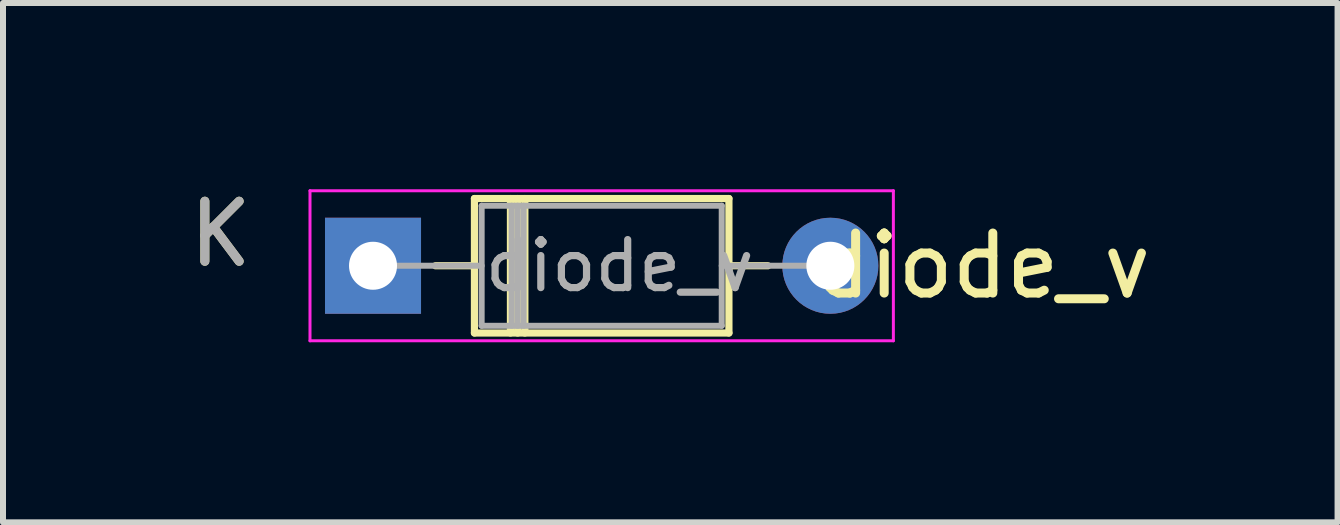
<source format=kicad_pcb>
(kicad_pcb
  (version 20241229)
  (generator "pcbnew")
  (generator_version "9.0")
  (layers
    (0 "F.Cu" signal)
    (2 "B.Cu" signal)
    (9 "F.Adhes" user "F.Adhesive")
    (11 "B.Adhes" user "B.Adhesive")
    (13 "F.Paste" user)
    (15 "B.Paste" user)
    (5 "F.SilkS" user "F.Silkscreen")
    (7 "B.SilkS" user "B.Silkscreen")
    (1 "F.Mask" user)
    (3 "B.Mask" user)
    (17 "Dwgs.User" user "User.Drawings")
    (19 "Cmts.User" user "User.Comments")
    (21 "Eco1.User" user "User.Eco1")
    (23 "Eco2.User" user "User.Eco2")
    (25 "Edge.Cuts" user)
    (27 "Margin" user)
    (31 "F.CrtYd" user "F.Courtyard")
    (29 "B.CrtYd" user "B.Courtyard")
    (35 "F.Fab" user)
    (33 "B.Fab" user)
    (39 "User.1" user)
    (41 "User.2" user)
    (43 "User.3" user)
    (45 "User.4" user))
  (footprint "diode_v"
    (layer "F.Cu")
    (at 3.165 1.378)
    (property "Reference" "diode_v" (at 10.16 0 0) (layer "F.SilkS") (effects (font (size 1 1) (thickness 0.15))))
    (attr through_hole)
    (fp_line (start 1.04 0) (end 1.69 0) (stroke (width 0.12) (type solid)) (layer "F.SilkS"))
    (fp_line (start 1.69 -1.12) (end 1.69 1.12) (stroke (width 0.12) (type solid)) (layer "F.SilkS"))
    (fp_line (start 1.69 1.12) (end 5.93 1.12) (stroke (width 0.12) (type solid)) (layer "F.SilkS"))
    (fp_line (start 2.29 -1.12) (end 2.29 1.12) (stroke (width 0.12) (type solid)) (layer "F.SilkS"))
    (fp_line (start 2.41 -1.12) (end 2.41 1.12) (stroke (width 0.12) (type solid)) (layer "F.SilkS"))
    (fp_line (start 2.53 -1.12) (end 2.53 1.12) (stroke (width 0.12) (type solid)) (layer "F.SilkS"))
    (fp_line (start 5.93 -1.12) (end 1.69 -1.12) (stroke (width 0.12) (type solid)) (layer "F.SilkS"))
    (fp_line (start 5.93 1.12) (end 5.93 -1.12) (stroke (width 0.12) (type solid)) (layer "F.SilkS"))
    (fp_line (start 6.58 0) (end 5.93 0) (stroke (width 0.12) (type solid)) (layer "F.SilkS"))
    (fp_line (start -1.05 -1.25) (end -1.05 1.25) (stroke (width 0.05) (type solid)) (layer "F.CrtYd"))
    (fp_line (start -1.05 1.25) (end 8.67 1.25) (stroke (width 0.05) (type solid)) (layer "F.CrtYd"))
    (fp_line (start 8.67 -1.25) (end -1.05 -1.25) (stroke (width 0.05) (type solid)) (layer "F.CrtYd"))
    (fp_line (start 8.67 1.25) (end 8.67 -1.25) (stroke (width 0.05) (type solid)) (layer "F.CrtYd"))
    (fp_line (start 0 0) (end 1.81 0) (stroke (width 0.1) (type solid)) (layer "F.Fab"))
    (fp_line (start 1.81 -1) (end 1.81 1) (stroke (width 0.1) (type solid)) (layer "F.Fab"))
    (fp_line (start 1.81 1) (end 5.81 1) (stroke (width 0.1) (type solid)) (layer "F.Fab"))
    (fp_line (start 2.31 -1) (end 2.31 1) (stroke (width 0.1) (type solid)) (layer "F.Fab"))
    (fp_line (start 2.41 -1) (end 2.41 1) (stroke (width 0.1) (type solid)) (layer "F.Fab"))
    (fp_line (start 2.51 -1) (end 2.51 1) (stroke (width 0.1) (type solid)) (layer "F.Fab"))
    (fp_line (start 5.81 -1) (end 1.81 -1) (stroke (width 0.1) (type solid)) (layer "F.Fab"))
    (fp_line (start 5.81 1) (end 5.81 -1) (stroke (width 0.1) (type solid)) (layer "F.Fab"))
    (fp_line (start 7.62 0) (end 5.81 0) (stroke (width 0.1) (type solid)) (layer "F.Fab"))
    (fp_text user "K" (at -2.54 -0.53 180) (layer "F.SilkS") (effects (font (size 1 1) (thickness 0.15))))
    (fp_text user "K" (at -2.54 -0.53 180) (layer "F.Fab") (effects (font (size 1 1) (thickness 0.15))))
    (fp_text user "${REFERENCE}" (at 4.11 0 180) (layer "F.Fab") (effects (font (size 0.8 0.8) (thickness 0.12))))
    (pad "1" thru_hole rect (at 0 0) (size 1.6 1.6) (drill 0.8) (layers "*.Cu" "*.Mask"))
    (pad "2" thru_hole oval (at 7.62 0) (size 1.6 1.6) (drill 0.8) (layers "*.Cu" "*.Mask")))
  (gr_rect
    (start -3 -3)
    (end 19.236 5.653)
    (stroke (width 0.1) (type default))
    (fill no)
    (layer "Edge.Cuts")))
</source>
